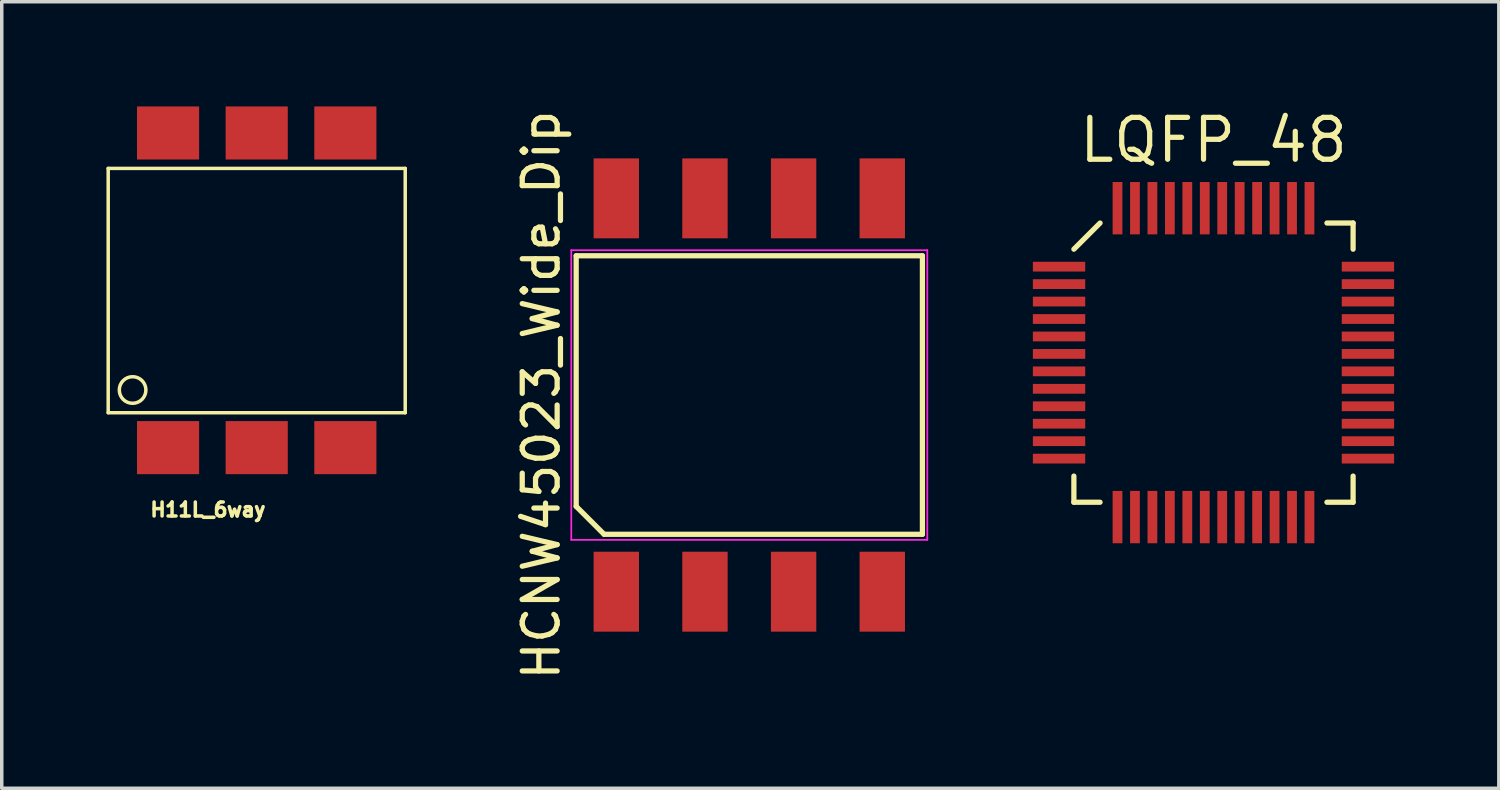
<source format=kicad_pcb>
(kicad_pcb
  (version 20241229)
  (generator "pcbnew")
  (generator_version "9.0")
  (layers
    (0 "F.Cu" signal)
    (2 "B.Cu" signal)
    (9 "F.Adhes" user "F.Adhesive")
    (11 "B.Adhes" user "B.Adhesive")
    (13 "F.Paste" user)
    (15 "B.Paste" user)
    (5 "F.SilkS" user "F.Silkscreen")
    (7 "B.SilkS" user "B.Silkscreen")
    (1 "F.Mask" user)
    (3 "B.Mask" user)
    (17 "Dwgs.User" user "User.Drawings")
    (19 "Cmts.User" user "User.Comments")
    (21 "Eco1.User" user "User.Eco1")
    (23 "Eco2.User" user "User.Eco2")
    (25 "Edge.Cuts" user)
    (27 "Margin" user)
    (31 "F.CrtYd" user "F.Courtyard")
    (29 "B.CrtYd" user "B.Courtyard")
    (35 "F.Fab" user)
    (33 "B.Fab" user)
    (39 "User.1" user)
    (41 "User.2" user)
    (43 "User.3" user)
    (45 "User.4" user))
  (footprint "HCNW45023_Wide_Dip"
    (layer "F.Cu")
    (at 18.418 8.268)
    (property "Reference" "HCNW45023_Wide_Dip" (at -5.96 0 90) (layer "F.SilkS") (effects (font (size 1 1) (thickness 0.15))))
    (attr smd)
    (fp_line (start -4.96 -3.99) (end 4.96 -3.99) (stroke (width 0.15) (type solid)) (layer "F.SilkS"))
    (fp_line (start -4.96 3.19) (end -4.96 -3.99) (stroke (width 0.15) (type solid)) (layer "F.SilkS"))
    (fp_line (start -4.16 3.99) (end -4.96 3.19) (stroke (width 0.15) (type solid)) (layer "F.SilkS"))
    (fp_line (start 4.96 -3.99) (end 4.96 3.99) (stroke (width 0.15) (type solid)) (layer "F.SilkS"))
    (fp_line (start 4.96 3.99) (end -4.16 3.99) (stroke (width 0.15) (type solid)) (layer "F.SilkS"))
    (fp_line (start -5.1 -4.15) (end 5.1 -4.15) (stroke (width 0.05) (type solid)) (layer "F.CrtYd"))
    (fp_line (start -5.1 4.15) (end -5.1 -4.15) (stroke (width 0.05) (type solid)) (layer "F.CrtYd"))
    (fp_line (start 5.1 -4.15) (end 5.1 4.15) (stroke (width 0.05) (type solid)) (layer "F.CrtYd"))
    (fp_line (start 5.1 4.15) (end -5.1 4.15) (stroke (width 0.05) (type solid)) (layer "F.CrtYd"))
    (pad "1" smd rect (at -3.81 5.635) (size 1.3 2.29) (layers "F.Cu" "F.Mask" "F.Paste"))
    (pad "2" smd rect (at -1.27 5.635) (size 1.3 2.29) (layers "F.Cu" "F.Mask" "F.Paste"))
    (pad "3" smd rect (at 1.27 5.635) (size 1.3 2.29) (layers "F.Cu" "F.Mask" "F.Paste"))
    (pad "4" smd rect (at 3.81 5.635) (size 1.3 2.29) (layers "F.Cu" "F.Mask" "F.Paste"))
    (pad "5" smd rect (at 3.81 -5.635) (size 1.3 2.29) (layers "F.Cu" "F.Mask" "F.Paste"))
    (pad "6" smd rect (at 1.27 -5.635) (size 1.3 2.29) (layers "F.Cu" "F.Mask" "F.Paste"))
    (pad "7" smd rect (at -1.27 -5.635) (size 1.3 2.29) (layers "F.Cu" "F.Mask" "F.Paste"))
    (pad "8" smd rect (at -3.81 -5.635) (size 1.3 2.29) (layers "F.Cu" "F.Mask" "F.Paste")))
  (footprint "LQFP_48"
    (layer "F.Cu")
    (at 31.718 7.34)
    (property "Reference" "LQFP_48" (at 0 -6.375 0) (layer "F.SilkS") (effects (font (size 1.2 1.2) (thickness 0.15))))
    (attr through_hole)
    (fp_line (start -4 -3.25) (end -3.25 -4) (stroke (width 0.15) (type solid)) (layer "F.SilkS"))
    (fp_line (start -4 4) (end -4 3.25) (stroke (width 0.15) (type solid)) (layer "F.SilkS"))
    (fp_line (start -3.25 4) (end -4 4) (stroke (width 0.15) (type solid)) (layer "F.SilkS"))
    (fp_line (start 3.25 -4) (end 4 -4) (stroke (width 0.15) (type solid)) (layer "F.SilkS"))
    (fp_line (start 3.25 4) (end 4 4) (stroke (width 0.15) (type solid)) (layer "F.SilkS"))
    (fp_line (start 4 -4) (end 4 -3.25) (stroke (width 0.15) (type solid)) (layer "F.SilkS"))
    (fp_line (start 4 4) (end 4 3.25) (stroke (width 0.15) (type solid)) (layer "F.SilkS"))
    (pad "1" smd rect (at -4.425 -2.75 90) (size 0.28 1.5) (layers "F.Cu" "F.Mask" "F.Paste"))
    (pad "2" smd rect (at -4.425 -2.25 90) (size 0.28 1.5) (layers "F.Cu" "F.Mask" "F.Paste"))
    (pad "3" smd rect (at -4.425 -1.75 90) (size 0.28 1.5) (layers "F.Cu" "F.Mask" "F.Paste"))
    (pad "4" smd rect (at -4.425 -1.25 90) (size 0.28 1.5) (layers "F.Cu" "F.Mask" "F.Paste"))
    (pad "5" smd rect (at -4.425 -0.75 90) (size 0.28 1.5) (layers "F.Cu" "F.Mask" "F.Paste"))
    (pad "6" smd rect (at -4.425 -0.25 90) (size 0.28 1.5) (layers "F.Cu" "F.Mask" "F.Paste"))
    (pad "7" smd rect (at -4.425 0.25 90) (size 0.28 1.5) (layers "F.Cu" "F.Mask" "F.Paste"))
    (pad "8" smd rect (at -4.425 0.75 90) (size 0.28 1.5) (layers "F.Cu" "F.Mask" "F.Paste"))
    (pad "9" smd rect (at -4.425 1.25 90) (size 0.28 1.5) (layers "F.Cu" "F.Mask" "F.Paste"))
    (pad "10" smd rect (at -4.425 1.75 90) (size 0.28 1.5) (layers "F.Cu" "F.Mask" "F.Paste"))
    (pad "11" smd rect (at -4.425 2.25 90) (size 0.28 1.5) (layers "F.Cu" "F.Mask" "F.Paste"))
    (pad "12" smd rect (at -4.425 2.75 90) (size 0.28 1.5) (layers "F.Cu" "F.Mask" "F.Paste"))
    (pad "13" smd rect (at -2.75 4.425) (size 0.28 1.5) (layers "F.Cu" "F.Mask" "F.Paste"))
    (pad "14" smd rect (at -2.25 4.425) (size 0.28 1.5) (layers "F.Cu" "F.Mask" "F.Paste"))
    (pad "15" smd rect (at -1.75 4.425) (size 0.28 1.5) (layers "F.Cu" "F.Mask" "F.Paste"))
    (pad "16" smd rect (at -1.25 4.425) (size 0.28 1.5) (layers "F.Cu" "F.Mask" "F.Paste"))
    (pad "17" smd rect (at -0.75 4.425) (size 0.28 1.5) (layers "F.Cu" "F.Mask" "F.Paste"))
    (pad "18" smd rect (at -0.25 4.425) (size 0.28 1.5) (layers "F.Cu" "F.Mask" "F.Paste"))
    (pad "19" smd rect (at 0.25 4.425) (size 0.28 1.5) (layers "F.Cu" "F.Mask" "F.Paste"))
    (pad "20" smd rect (at 0.75 4.425) (size 0.28 1.5) (layers "F.Cu" "F.Mask" "F.Paste"))
    (pad "21" smd rect (at 1.25 4.425) (size 0.28 1.5) (layers "F.Cu" "F.Mask" "F.Paste"))
    (pad "22" smd rect (at 1.75 4.425) (size 0.28 1.5) (layers "F.Cu" "F.Mask" "F.Paste"))
    (pad "23" smd rect (at 2.25 4.425) (size 0.28 1.5) (layers "F.Cu" "F.Mask" "F.Paste"))
    (pad "24" smd rect (at 2.75 4.425) (size 0.28 1.5) (layers "F.Cu" "F.Mask" "F.Paste"))
    (pad "25" smd rect (at 4.425 2.75 90) (size 0.28 1.5) (layers "F.Cu" "F.Mask" "F.Paste"))
    (pad "26" smd rect (at 4.425 2.25 90) (size 0.28 1.5) (layers "F.Cu" "F.Mask" "F.Paste"))
    (pad "27" smd rect (at 4.425 1.75 90) (size 0.28 1.5) (layers "F.Cu" "F.Mask" "F.Paste"))
    (pad "28" smd rect (at 4.425 1.25 90) (size 0.28 1.5) (layers "F.Cu" "F.Mask" "F.Paste"))
    (pad "29" smd rect (at 4.425 0.75 90) (size 0.28 1.5) (layers "F.Cu" "F.Mask" "F.Paste"))
    (pad "30" smd rect (at 4.425 0.25 90) (size 0.28 1.5) (layers "F.Cu" "F.Mask" "F.Paste"))
    (pad "31" smd rect (at 4.425 -0.25 90) (size 0.28 1.5) (layers "F.Cu" "F.Mask" "F.Paste"))
    (pad "32" smd rect (at 4.425 -0.75 90) (size 0.28 1.5) (layers "F.Cu" "F.Mask" "F.Paste"))
    (pad "33" smd rect (at 4.425 -1.25 90) (size 0.28 1.5) (layers "F.Cu" "F.Mask" "F.Paste"))
    (pad "34" smd rect (at 4.425 -1.75 90) (size 0.28 1.5) (layers "F.Cu" "F.Mask" "F.Paste"))
    (pad "35" smd rect (at 4.425 -2.25 90) (size 0.28 1.5) (layers "F.Cu" "F.Mask" "F.Paste"))
    (pad "36" smd rect (at 4.425 -2.75 90) (size 0.28 1.5) (layers "F.Cu" "F.Mask" "F.Paste"))
    (pad "37" smd rect (at 2.75 -4.425) (size 0.28 1.5) (layers "F.Cu" "F.Mask" "F.Paste"))
    (pad "38" smd rect (at 2.25 -4.425) (size 0.28 1.5) (layers "F.Cu" "F.Mask" "F.Paste"))
    (pad "39" smd rect (at 1.75 -4.425) (size 0.28 1.5) (layers "F.Cu" "F.Mask" "F.Paste"))
    (pad "40" smd rect (at 1.25 -4.425) (size 0.28 1.5) (layers "F.Cu" "F.Mask" "F.Paste"))
    (pad "41" smd rect (at 0.75 -4.425) (size 0.28 1.5) (layers "F.Cu" "F.Mask" "F.Paste"))
    (pad "42" smd rect (at 0.25 -4.425) (size 0.28 1.5) (layers "F.Cu" "F.Mask" "F.Paste"))
    (pad "43" smd rect (at -0.25 -4.425) (size 0.28 1.5) (layers "F.Cu" "F.Mask" "F.Paste"))
    (pad "44" smd rect (at -0.75 -4.425) (size 0.28 1.5) (layers "F.Cu" "F.Mask" "F.Paste"))
    (pad "45" smd rect (at -1.25 -4.425) (size 0.28 1.5) (layers "F.Cu" "F.Mask" "F.Paste"))
    (pad "46" smd rect (at -1.75 -4.425) (size 0.28 1.5) (layers "F.Cu" "F.Mask" "F.Paste"))
    (pad "47" smd rect (at -2.25 -4.425) (size 0.28 1.5) (layers "F.Cu" "F.Mask" "F.Paste"))
    (pad "48" smd rect (at -2.75 -4.425) (size 0.28 1.5) (layers "F.Cu" "F.Mask" "F.Paste")))
  (footprint "H11L_6way"
    (layer "F.Cu")
    (at 1.765 9.775)
    (property "Reference" "H11L_6way" (at 1.143 1.778 0) (layer "F.SilkS") (effects (font (size 0.4 0.4) (thickness 0.1))))
    (attr through_hole)
    (fp_line (start -1.715 -8) (end 6.795 -8) (stroke (width 0.1) (type solid)) (layer "F.SilkS"))
    (fp_line (start -1.715 -1) (end -1.715 -8) (stroke (width 0.1) (type solid)) (layer "F.SilkS"))
    (fp_line (start -1.715 -1) (end 6.795 -1) (stroke (width 0.1) (type solid)) (layer "F.SilkS"))
    (fp_line (start 6.795 -1) (end 6.795 -8) (stroke (width 0.1) (type solid)) (layer "F.SilkS"))
    (fp_circle (center -1.016 -1.651) (end -1.016 -2.032) (stroke (width 0.1) (type solid)) (fill no) (layer "F.SilkS"))
    (pad "1" smd rect (at 0 0) (size 1.78 1.52) (layers "F.Cu" "F.Mask" "F.Paste"))
    (pad "2" smd rect (at 2.54 0) (size 1.78 1.52) (layers "F.Cu" "F.Mask" "F.Paste"))
    (pad "3" smd rect (at 5.08 0) (size 1.78 1.52) (layers "F.Cu" "F.Mask" "F.Paste"))
    (pad "4" smd rect (at 5.08 -9.015) (size 1.78 1.52) (layers "F.Cu" "F.Mask" "F.Paste"))
    (pad "5" smd rect (at 2.54 -9.015) (size 1.78 1.52) (layers "F.Cu" "F.Mask" "F.Paste"))
    (pad "6" smd rect (at 0 -9.015) (size 1.78 1.52) (layers "F.Cu" "F.Mask" "F.Paste")))
  (gr_rect
    (start -3 -3)
    (end 39.893 19.536)
    (stroke (width 0.1) (type default))
    (fill no)
    (layer "Edge.Cuts")))
</source>
